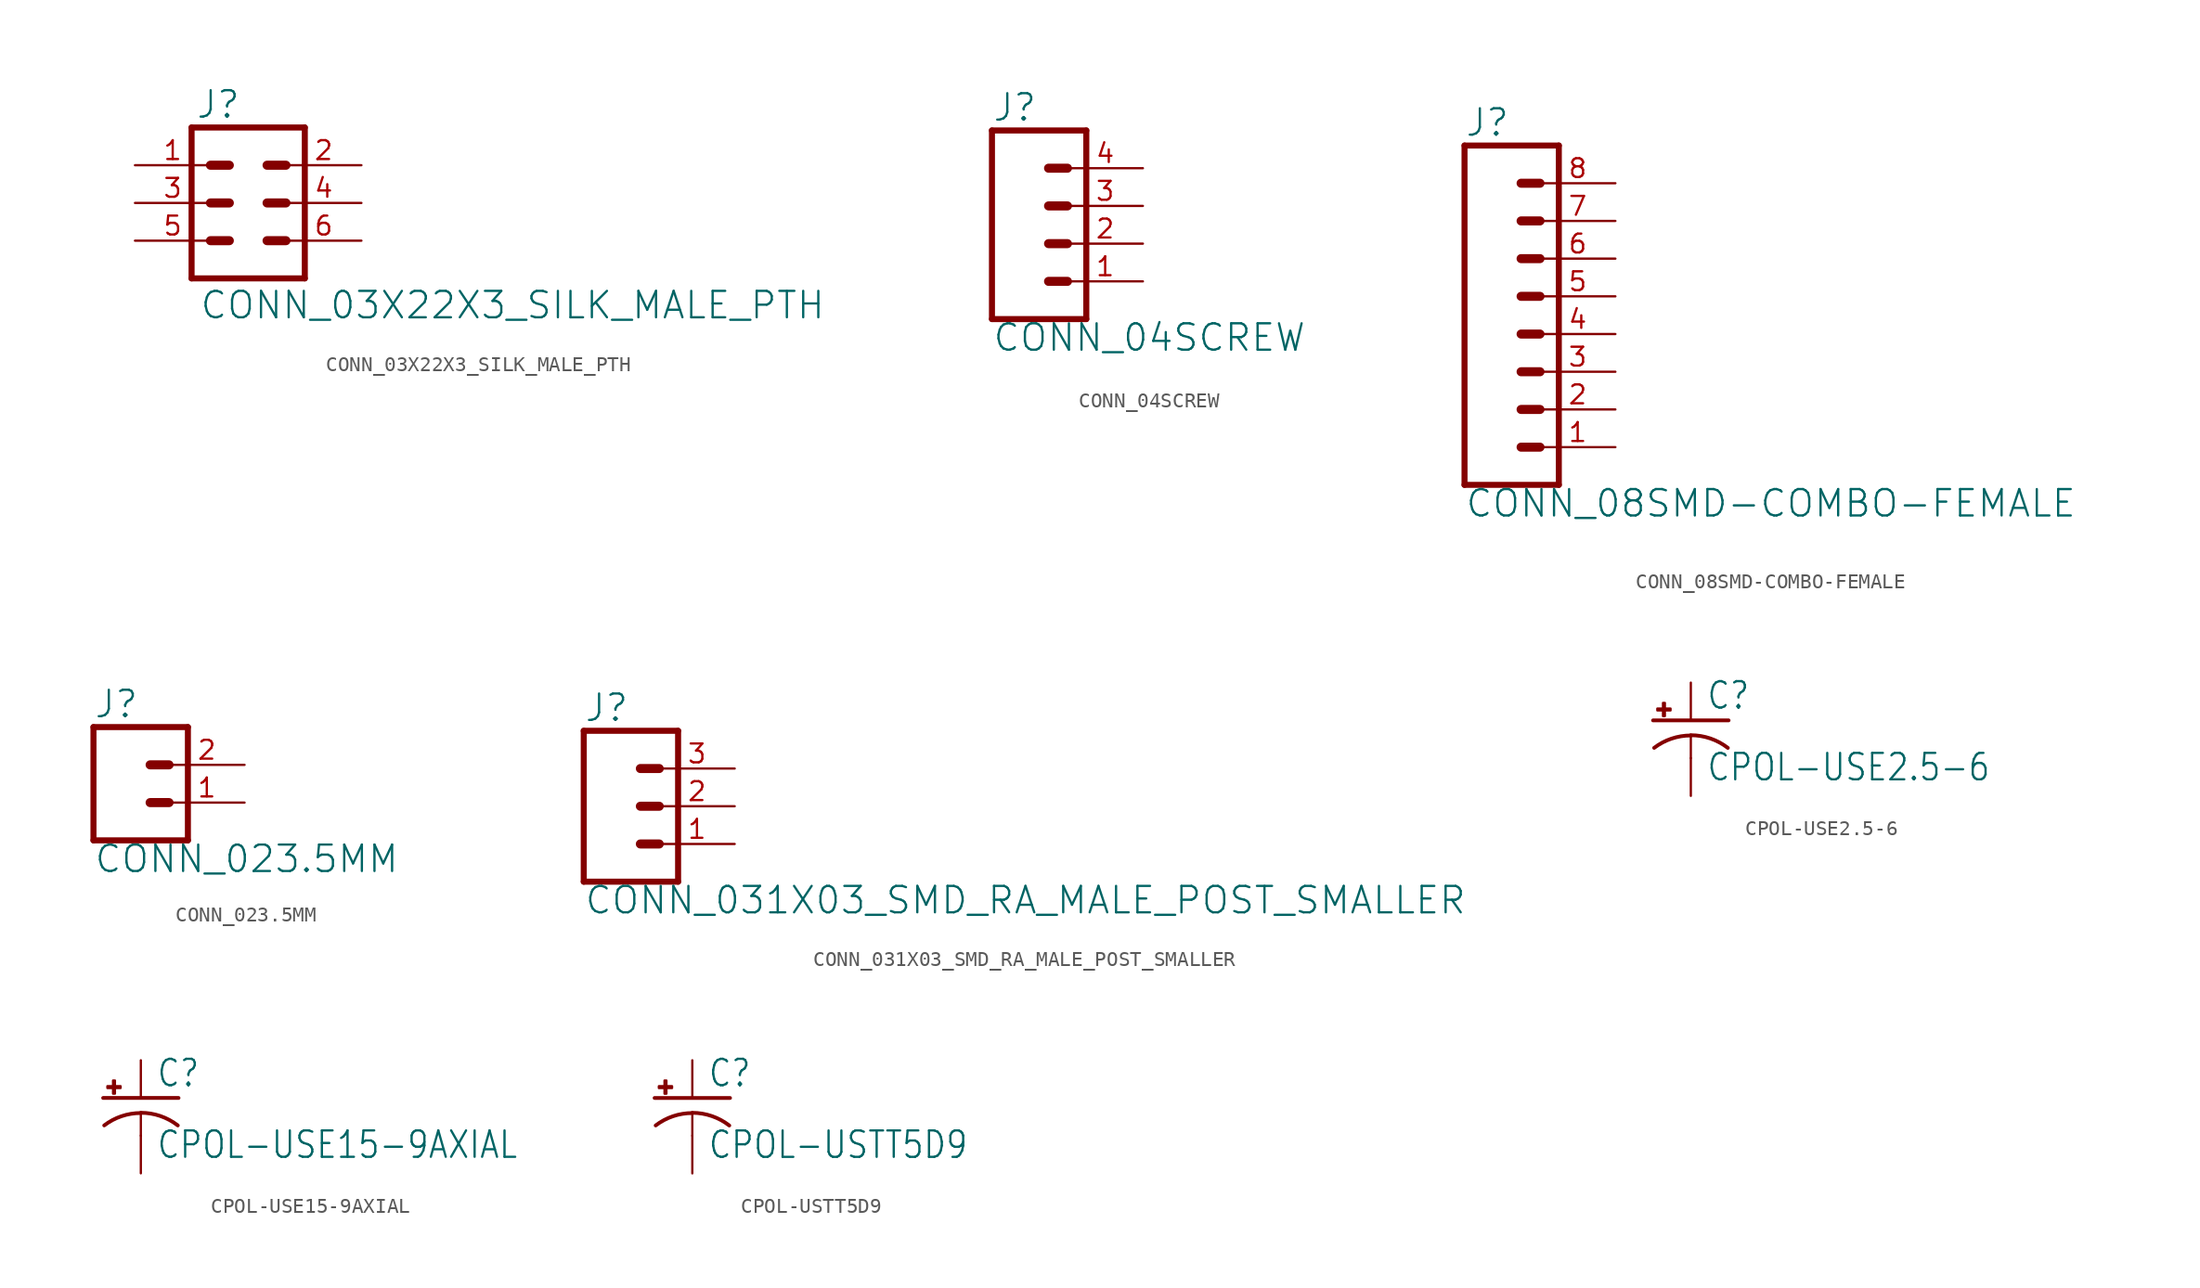
<source format=kicad_sym>
(kicad_symbol_lib
  (version 20220331)
  (generator kicad_symbol_editor)
  (symbol "CONN_03X22X3_SILK_MALE_PTH"
    (property "Reference" "J"
      (at -3.556 5.588 0)
      (effects (font (size 1.778 1.778)) (justify left bottom)))
    (property "Value" "CONN_03X22X3_SILK_MALE_PTH"
      (at -3.302 -5.842 0)
      (effects (font (size 1.778 1.778)) (justify left top)))
    (property "ki_locked" ""
      (at 0 0 0)
      (effects (font (size 1.27 1.27))))
    (symbol "CONN_03X22X3_SILK_MALE_PTH_1_0"
      (polyline (pts (xy -3.81 5.08) (xy -3.81 -5.08)) (stroke (width 0.406) (type solid)) (fill (type none)))
      (polyline (pts (xy -3.81 5.08) (xy 3.81 5.08)) (stroke (width 0.406) (type solid)) (fill (type none)))
      (polyline (pts (xy -1.27 -2.54) (xy -2.54 -2.54)) (stroke (width 0.61) (type solid)) (fill (type none)))
      (polyline (pts (xy -1.27 0) (xy -2.54 0)) (stroke (width 0.61) (type solid)) (fill (type none)))
      (polyline (pts (xy -1.27 2.54) (xy -2.54 2.54)) (stroke (width 0.61) (type solid)) (fill (type none)))
      (polyline (pts (xy 1.27 -2.54) (xy 2.54 -2.54)) (stroke (width 0.61) (type solid)) (fill (type none)))
      (polyline (pts (xy 1.27 0) (xy 2.54 0)) (stroke (width 0.61) (type solid)) (fill (type none)))
      (polyline (pts (xy 1.27 2.54) (xy 2.54 2.54)) (stroke (width 0.61) (type solid)) (fill (type none)))
      (polyline (pts (xy 3.81 -5.08) (xy -3.81 -5.08)) (stroke (width 0.406) (type solid)) (fill (type none)))
      (polyline (pts (xy 3.81 -5.08) (xy 3.81 5.08)) (stroke (width 0.406) (type solid)) (fill (type none)))
      (pin bidirectional line (at -7.62 2.54 0) (length 5.08) (name "1" (effects (font (size 0 0)))) (number "1" (effects (font (size 1.27 1.27)))))
      (pin bidirectional line (at 7.62 2.54 180) (length 5.08) (name "2" (effects (font (size 0 0)))) (number "2" (effects (font (size 1.27 1.27)))))
      (pin bidirectional line (at -7.62 0 0) (length 5.08) (name "3" (effects (font (size 0 0)))) (number "3" (effects (font (size 1.27 1.27)))))
      (pin bidirectional line (at 7.62 0 180) (length 5.08) (name "4" (effects (font (size 0 0)))) (number "4" (effects (font (size 1.27 1.27)))))
      (pin bidirectional line (at -7.62 -2.54 0) (length 5.08) (name "5" (effects (font (size 0 0)))) (number "5" (effects (font (size 1.27 1.27)))))
      (pin bidirectional line (at 7.62 -2.54 180) (length 5.08) (name "6" (effects (font (size 0 0)))) (number "6" (effects (font (size 1.27 1.27)))))))
  (symbol "CONN_04SCREW"
    (property "Reference" "J"
      (at -5.08 8.128 0)
      (effects (font (size 1.778 1.778)) (justify left bottom)))
    (property "Value" "CONN_04SCREW"
      (at -5.08 -7.366 0)
      (effects (font (size 1.778 1.778)) (justify left bottom)))
    (property "ki_locked" ""
      (at 0 0 0)
      (effects (font (size 1.27 1.27))))
    (symbol "CONN_04SCREW_1_0"
      (polyline (pts (xy -5.08 7.62) (xy -5.08 -5.08)) (stroke (width 0.406) (type solid)) (fill (type none)))
      (polyline (pts (xy -5.08 7.62) (xy 1.27 7.62)) (stroke (width 0.406) (type solid)) (fill (type none)))
      (polyline (pts (xy -1.27 -2.54) (xy 0 -2.54)) (stroke (width 0.61) (type solid)) (fill (type none)))
      (polyline (pts (xy -1.27 0) (xy 0 0)) (stroke (width 0.61) (type solid)) (fill (type none)))
      (polyline (pts (xy -1.27 2.54) (xy 0 2.54)) (stroke (width 0.61) (type solid)) (fill (type none)))
      (polyline (pts (xy -1.27 5.08) (xy 0 5.08)) (stroke (width 0.61) (type solid)) (fill (type none)))
      (polyline (pts (xy 1.27 -5.08) (xy -5.08 -5.08)) (stroke (width 0.406) (type solid)) (fill (type none)))
      (polyline (pts (xy 1.27 -5.08) (xy 1.27 7.62)) (stroke (width 0.406) (type solid)) (fill (type none)))
      (pin passive line (at 5.08 -2.54 180) (length 5.08) (name "1" (effects (font (size 0 0)))) (number "1" (effects (font (size 1.27 1.27)))))
      (pin passive line (at 5.08 0 180) (length 5.08) (name "2" (effects (font (size 0 0)))) (number "2" (effects (font (size 1.27 1.27)))))
      (pin passive line (at 5.08 2.54 180) (length 5.08) (name "3" (effects (font (size 0 0)))) (number "3" (effects (font (size 1.27 1.27)))))
      (pin passive line (at 5.08 5.08 180) (length 5.08) (name "4" (effects (font (size 0 0)))) (number "4" (effects (font (size 1.27 1.27)))))))
  (symbol "CONN_08SMD-COMBO-FEMALE"
    (property "Reference" "J"
      (at -5.08 13.208 0)
      (effects (font (size 1.778 1.778)) (justify left bottom)))
    (property "Value" "CONN_08SMD-COMBO-FEMALE"
      (at -5.08 -12.446 0)
      (effects (font (size 1.778 1.778)) (justify left bottom)))
    (property "ki_locked" ""
      (at 0 0 0)
      (effects (font (size 1.27 1.27))))
    (symbol "CONN_08SMD-COMBO-FEMALE_1_0"
      (polyline (pts (xy -5.08 12.7) (xy -5.08 -10.16)) (stroke (width 0.406) (type solid)) (fill (type none)))
      (polyline (pts (xy -5.08 12.7) (xy 1.27 12.7)) (stroke (width 0.406) (type solid)) (fill (type none)))
      (polyline (pts (xy -1.27 -7.62) (xy 0 -7.62)) (stroke (width 0.61) (type solid)) (fill (type none)))
      (polyline (pts (xy -1.27 -5.08) (xy 0 -5.08)) (stroke (width 0.61) (type solid)) (fill (type none)))
      (polyline (pts (xy -1.27 -2.54) (xy 0 -2.54)) (stroke (width 0.61) (type solid)) (fill (type none)))
      (polyline (pts (xy -1.27 0) (xy 0 0)) (stroke (width 0.61) (type solid)) (fill (type none)))
      (polyline (pts (xy -1.27 2.54) (xy 0 2.54)) (stroke (width 0.61) (type solid)) (fill (type none)))
      (polyline (pts (xy -1.27 5.08) (xy 0 5.08)) (stroke (width 0.61) (type solid)) (fill (type none)))
      (polyline (pts (xy -1.27 7.62) (xy 0 7.62)) (stroke (width 0.61) (type solid)) (fill (type none)))
      (polyline (pts (xy -1.27 10.16) (xy 0 10.16)) (stroke (width 0.61) (type solid)) (fill (type none)))
      (polyline (pts (xy 1.27 -10.16) (xy -5.08 -10.16)) (stroke (width 0.406) (type solid)) (fill (type none)))
      (polyline (pts (xy 1.27 -10.16) (xy 1.27 12.7)) (stroke (width 0.406) (type solid)) (fill (type none)))
      (pin passive line (at 5.08 -7.62 180) (length 5.08) (name "1" (effects (font (size 0 0)))) (number "1" (effects (font (size 1.27 1.27)))))
      (pin passive line (at 5.08 -5.08 180) (length 5.08) (name "2" (effects (font (size 0 0)))) (number "2" (effects (font (size 1.27 1.27)))))
      (pin passive line (at 5.08 -2.54 180) (length 5.08) (name "3" (effects (font (size 0 0)))) (number "3" (effects (font (size 1.27 1.27)))))
      (pin passive line (at 5.08 0 180) (length 5.08) (name "4" (effects (font (size 0 0)))) (number "4" (effects (font (size 1.27 1.27)))))
      (pin passive line (at 5.08 2.54 180) (length 5.08) (name "5" (effects (font (size 0 0)))) (number "5" (effects (font (size 1.27 1.27)))))
      (pin passive line (at 5.08 5.08 180) (length 5.08) (name "6" (effects (font (size 0 0)))) (number "6" (effects (font (size 1.27 1.27)))))
      (pin passive line (at 5.08 7.62 180) (length 5.08) (name "7" (effects (font (size 0 0)))) (number "7" (effects (font (size 1.27 1.27)))))
      (pin passive line (at 5.08 10.16 180) (length 5.08) (name "8" (effects (font (size 0 0)))) (number "8" (effects (font (size 1.27 1.27)))))))
  (symbol "CONN_023.5MM"
    (property "Reference" "J"
      (at -2.54 5.588 0)
      (effects (font (size 1.778 1.778)) (justify left bottom)))
    (property "Value" "CONN_023.5MM"
      (at -2.54 -4.826 0)
      (effects (font (size 1.778 1.778)) (justify left bottom)))
    (property "ki_locked" ""
      (at 0 0 0)
      (effects (font (size 1.27 1.27))))
    (symbol "CONN_023.5MM_1_0"
      (polyline (pts (xy -2.54 5.08) (xy -2.54 -2.54)) (stroke (width 0.406) (type solid)) (fill (type none)))
      (polyline (pts (xy -2.54 5.08) (xy 3.81 5.08)) (stroke (width 0.406) (type solid)) (fill (type none)))
      (polyline (pts (xy 1.27 0) (xy 2.54 0)) (stroke (width 0.61) (type solid)) (fill (type none)))
      (polyline (pts (xy 1.27 2.54) (xy 2.54 2.54)) (stroke (width 0.61) (type solid)) (fill (type none)))
      (polyline (pts (xy 3.81 -2.54) (xy -2.54 -2.54)) (stroke (width 0.406) (type solid)) (fill (type none)))
      (polyline (pts (xy 3.81 -2.54) (xy 3.81 5.08)) (stroke (width 0.406) (type solid)) (fill (type none)))
      (pin passive line (at 7.62 0 180) (length 5.08) (name "1" (effects (font (size 0 0)))) (number "1" (effects (font (size 1.27 1.27)))))
      (pin passive line (at 7.62 2.54 180) (length 5.08) (name "2" (effects (font (size 0 0)))) (number "2" (effects (font (size 1.27 1.27)))))))
  (symbol "CONN_031X03_SMD_RA_MALE_POST_SMALLER"
    (property "Reference" "J"
      (at -2.54 5.588 0)
      (effects (font (size 1.778 1.778)) (justify left bottom)))
    (property "Value" "CONN_031X03_SMD_RA_MALE_POST_SMALLER"
      (at -2.54 -7.366 0)
      (effects (font (size 1.778 1.778)) (justify left bottom)))
    (property "ki_locked" ""
      (at 0 0 0)
      (effects (font (size 1.27 1.27))))
    (symbol "CONN_031X03_SMD_RA_MALE_POST_SMALLER_1_0"
      (polyline (pts (xy -2.54 5.08) (xy -2.54 -5.08)) (stroke (width 0.406) (type solid)) (fill (type none)))
      (polyline (pts (xy -2.54 5.08) (xy 3.81 5.08)) (stroke (width 0.406) (type solid)) (fill (type none)))
      (polyline (pts (xy 1.27 -2.54) (xy 2.54 -2.54)) (stroke (width 0.61) (type solid)) (fill (type none)))
      (polyline (pts (xy 1.27 0) (xy 2.54 0)) (stroke (width 0.61) (type solid)) (fill (type none)))
      (polyline (pts (xy 1.27 2.54) (xy 2.54 2.54)) (stroke (width 0.61) (type solid)) (fill (type none)))
      (polyline (pts (xy 3.81 -5.08) (xy -2.54 -5.08)) (stroke (width 0.406) (type solid)) (fill (type none)))
      (polyline (pts (xy 3.81 -5.08) (xy 3.81 5.08)) (stroke (width 0.406) (type solid)) (fill (type none)))
      (pin passive line (at 7.62 -2.54 180) (length 5.08) (name "1" (effects (font (size 0 0)))) (number "1" (effects (font (size 1.27 1.27)))))
      (pin passive line (at 7.62 0 180) (length 5.08) (name "2" (effects (font (size 0 0)))) (number "2" (effects (font (size 1.27 1.27)))))
      (pin passive line (at 7.62 2.54 180) (length 5.08) (name "3" (effects (font (size 0 0)))) (number "3" (effects (font (size 1.27 1.27)))))))
  (symbol "CPOL-USE2.5-6"
    (property "Reference" "C"
      (at 1.016 0.635 0)
      (effects (font (size 1.778 1.511)) (justify left bottom)))
    (property "Value" "CPOL-USE2.5-6"
      (at 1.016 -4.191 0)
      (effects (font (size 1.778 1.511)) (justify left bottom)))
    (property "ki_locked" ""
      (at 0 0 0)
      (effects (font (size 1.27 1.27))))
    (symbol "CPOL-USE2.5-6_1_0"
      (rectangle (start -2.253 0.668) (end -1.364 0.795) (stroke (width 0) (type default)) (fill (type outline)))
      (rectangle (start -1.872 0.287) (end -1.745 1.176) (stroke (width 0) (type default)) (fill (type outline)))
      (arc (start 0 -1.0161) (mid -1.3021 -1.2302) (end -2.4669 -1.8504) (stroke (width 0.254) (type solid)) (fill (type none)))
      (polyline (pts (xy -2.54 0) (xy 2.54 0)) (stroke (width 0.254) (type solid)) (fill (type none)))
      (polyline (pts (xy 0 -1.016) (xy 0 -2.54)) (stroke (width 0.152) (type solid)) (fill (type none)))
      (arc (start 2.4892 -1.8542) (mid 1.3158 -1.2195) (end 0 -1) (stroke (width 0.254) (type solid)) (fill (type none)))
      (pin passive line (at 0 2.54 270) (length 2.54) (name "+" (effects (font (size 0 0)))) (number "+" (effects (font (size 0 0)))))
      (pin passive line (at 0 -5.08 90) (length 2.54) (name "-" (effects (font (size 0 0)))) (number "-" (effects (font (size 0 0)))))))
  (symbol "CPOL-USE15-9AXIAL"
    (property "Reference" "C"
      (at 1.016 0.635 0)
      (effects (font (size 1.778 1.511)) (justify left bottom)))
    (property "Value" "CPOL-USE15-9AXIAL"
      (at 1.016 -4.191 0)
      (effects (font (size 1.778 1.511)) (justify left bottom)))
    (property "ki_locked" ""
      (at 0 0 0)
      (effects (font (size 1.27 1.27))))
    (symbol "CPOL-USE15-9AXIAL_1_0"
      (rectangle (start -2.253 0.668) (end -1.364 0.795) (stroke (width 0) (type default)) (fill (type outline)))
      (rectangle (start -1.872 0.287) (end -1.745 1.176) (stroke (width 0) (type default)) (fill (type outline)))
      (arc (start 0 -1.0161) (mid -1.3021 -1.2302) (end -2.4669 -1.8504) (stroke (width 0.254) (type solid)) (fill (type none)))
      (polyline (pts (xy -2.54 0) (xy 2.54 0)) (stroke (width 0.254) (type solid)) (fill (type none)))
      (polyline (pts (xy 0 -1.016) (xy 0 -2.54)) (stroke (width 0.152) (type solid)) (fill (type none)))
      (arc (start 2.4892 -1.8542) (mid 1.3158 -1.2195) (end 0 -1) (stroke (width 0.254) (type solid)) (fill (type none)))
      (pin passive line (at 0 2.54 270) (length 2.54) (name "+" (effects (font (size 0 0)))) (number "+" (effects (font (size 0 0)))))
      (pin passive line (at 0 -5.08 90) (length 2.54) (name "-" (effects (font (size 0 0)))) (number "-" (effects (font (size 0 0)))))))
  (symbol "CPOL-USTT5D9"
    (property "Reference" "C"
      (at 1.016 0.635 0)
      (effects (font (size 1.778 1.511)) (justify left bottom)))
    (property "Value" "CPOL-USTT5D9"
      (at 1.016 -4.191 0)
      (effects (font (size 1.778 1.511)) (justify left bottom)))
    (property "ki_locked" ""
      (at 0 0 0)
      (effects (font (size 1.27 1.27))))
    (symbol "CPOL-USTT5D9_1_0"
      (rectangle (start -2.253 0.668) (end -1.364 0.795) (stroke (width 0) (type default)) (fill (type outline)))
      (rectangle (start -1.872 0.287) (end -1.745 1.176) (stroke (width 0) (type default)) (fill (type outline)))
      (arc (start 0 -1.0161) (mid -1.3021 -1.2302) (end -2.4669 -1.8504) (stroke (width 0.254) (type solid)) (fill (type none)))
      (polyline (pts (xy -2.54 0) (xy 2.54 0)) (stroke (width 0.254) (type solid)) (fill (type none)))
      (polyline (pts (xy 0 -1.016) (xy 0 -2.54)) (stroke (width 0.152) (type solid)) (fill (type none)))
      (arc (start 2.4892 -1.8542) (mid 1.3158 -1.2195) (end 0 -1) (stroke (width 0.254) (type solid)) (fill (type none)))
      (pin passive line (at 0 2.54 270) (length 2.54) (name "+" (effects (font (size 0 0)))) (number "+" (effects (font (size 0 0)))))
      (pin passive line (at 0 -5.08 90) (length 2.54) (name "-" (effects (font (size 0 0)))) (number "-" (effects (font (size 0 0))))))))
</source>
